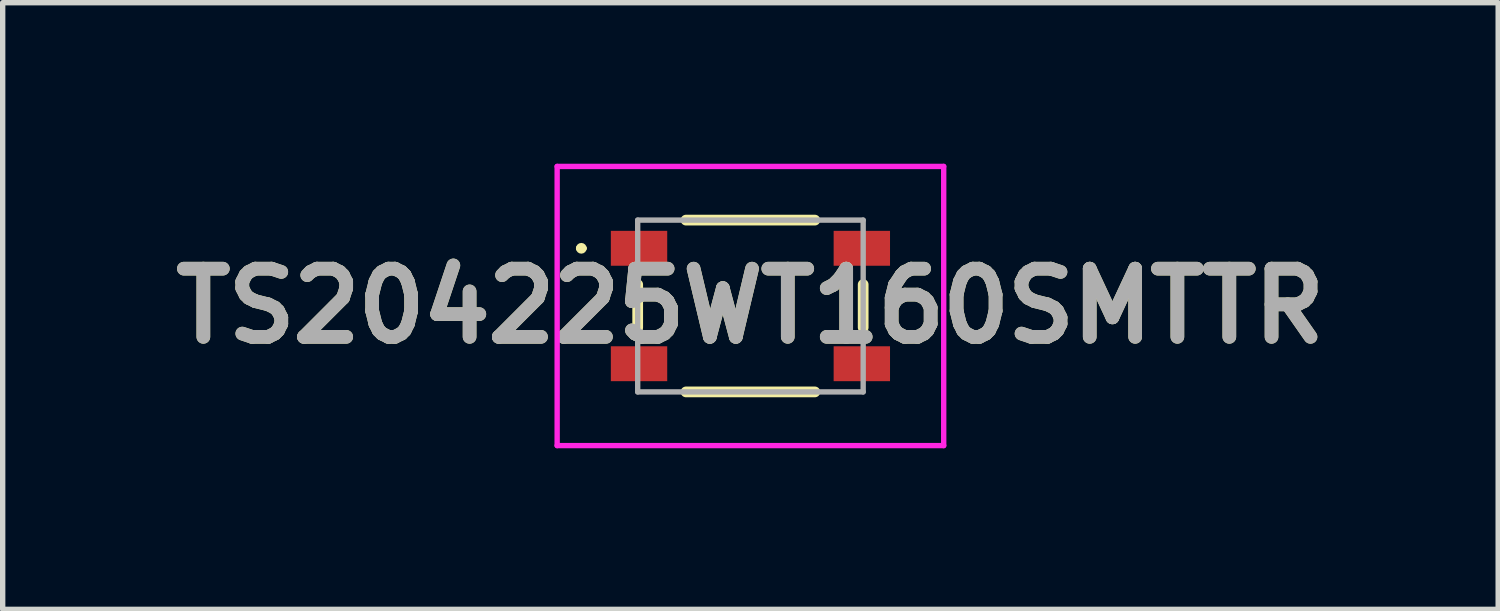
<source format=kicad_pcb>
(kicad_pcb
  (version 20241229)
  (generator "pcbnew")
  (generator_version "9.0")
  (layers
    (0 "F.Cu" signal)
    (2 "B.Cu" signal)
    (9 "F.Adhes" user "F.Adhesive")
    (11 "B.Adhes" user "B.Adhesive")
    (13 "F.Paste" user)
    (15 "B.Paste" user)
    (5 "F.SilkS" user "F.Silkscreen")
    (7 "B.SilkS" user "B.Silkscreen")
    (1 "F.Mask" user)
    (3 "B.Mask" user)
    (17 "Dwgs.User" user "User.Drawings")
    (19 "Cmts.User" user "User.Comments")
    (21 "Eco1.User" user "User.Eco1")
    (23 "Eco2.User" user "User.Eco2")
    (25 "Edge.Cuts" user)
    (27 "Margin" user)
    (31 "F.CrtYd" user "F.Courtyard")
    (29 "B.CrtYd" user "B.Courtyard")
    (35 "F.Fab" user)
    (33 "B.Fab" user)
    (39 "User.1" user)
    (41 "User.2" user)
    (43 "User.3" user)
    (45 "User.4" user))
  (footprint "TS204225WT160SMTTR"
    (layer "F.Cu")
    (at 10.928 2.65)
    (property "Reference" "TS204225WT160SMTTR" (at 0 0 0) (layer "F.SilkS") (effects (font (size 1.27 1.27) (thickness 0.254))))
    (attr smd)
    (fp_line (start -3.2 -1.075) (end -3.2 -1.075) (stroke (width 0.1) (type solid)) (layer "F.SilkS"))
    (fp_line (start -3.1 -1.075) (end -3.1 -1.075) (stroke (width 0.1) (type solid)) (layer "F.SilkS"))
    (fp_line (start -2.1 -0.4) (end -2.1 0.4) (stroke (width 0.2) (type solid)) (layer "F.SilkS"))
    (fp_line (start -1.2 1.6) (end 1.2 1.6) (stroke (width 0.2) (type solid)) (layer "F.SilkS"))
    (fp_line (start 1.2 -1.6) (end -1.2 -1.6) (stroke (width 0.2) (type solid)) (layer "F.SilkS"))
    (fp_line (start 2.1 0.4) (end 2.1 -0.4) (stroke (width 0.2) (type solid)) (layer "F.SilkS"))
    (fp_arc (start -3.2 -1.075) (mid -3.15 -1.125) (end -3.1 -1.075) (stroke (width 0.1) (type solid)) (layer "F.SilkS"))
    (fp_arc (start -3.1 -1.075) (mid -3.15 -1.025) (end -3.2 -1.075) (stroke (width 0.1) (type solid)) (layer "F.SilkS"))
    (fp_line (start -3.6 -2.6) (end 3.6 -2.6) (stroke (width 0.1) (type solid)) (layer "F.CrtYd"))
    (fp_line (start -3.6 2.6) (end -3.6 -2.6) (stroke (width 0.1) (type solid)) (layer "F.CrtYd"))
    (fp_line (start 3.6 -2.6) (end 3.6 2.6) (stroke (width 0.1) (type solid)) (layer "F.CrtYd"))
    (fp_line (start 3.6 2.6) (end -3.6 2.6) (stroke (width 0.1) (type solid)) (layer "F.CrtYd"))
    (fp_line (start -2.1 -1.6) (end -2.1 1.6) (stroke (width 0.1) (type solid)) (layer "F.Fab"))
    (fp_line (start -2.1 1.6) (end 2.1 1.6) (stroke (width 0.1) (type solid)) (layer "F.Fab"))
    (fp_line (start 2.1 -1.6) (end -2.1 -1.6) (stroke (width 0.1) (type solid)) (layer "F.Fab"))
    (fp_line (start 2.1 1.6) (end 2.1 -1.6) (stroke (width 0.1) (type solid)) (layer "F.Fab"))
    (fp_text user "${REFERENCE}" (at 0 0 0) (layer "F.Fab") (effects (font (size 1.27 1.27) (thickness 0.254))))
    (pad "1" smd rect (at -2.075 -1.075 90) (size 0.65 1.05) (layers "F.Cu" "F.Mask" "F.Paste"))
    (pad "1" smd rect (at 2.075 -1.075 90) (size 0.65 1.05) (layers "F.Cu" "F.Mask" "F.Paste"))
    (pad "2" smd rect (at -2.075 1.075 90) (size 0.65 1.05) (layers "F.Cu" "F.Mask" "F.Paste"))
    (pad "2" smd rect (at 2.075 1.075 90) (size 0.65 1.05) (layers "F.Cu" "F.Mask" "F.Paste")))
  (gr_rect
    (start -3 -3)
    (end 24.856 8.3)
    (stroke (width 0.1) (type default))
    (fill no)
    (layer "Edge.Cuts")))
</source>
